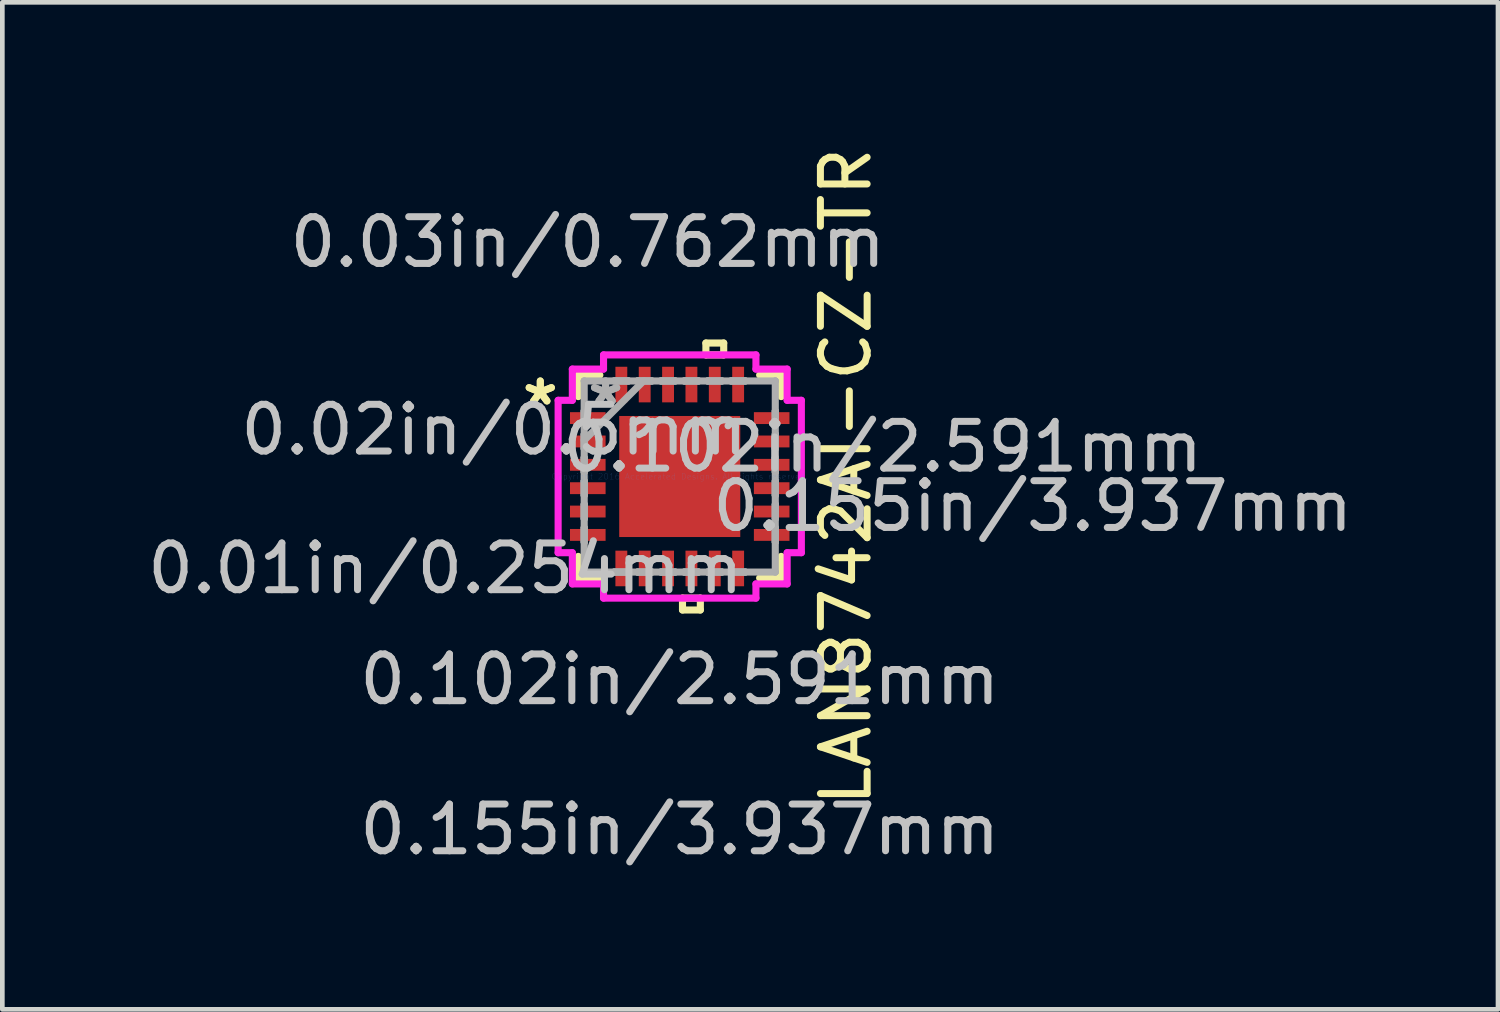
<source format=kicad_pcb>
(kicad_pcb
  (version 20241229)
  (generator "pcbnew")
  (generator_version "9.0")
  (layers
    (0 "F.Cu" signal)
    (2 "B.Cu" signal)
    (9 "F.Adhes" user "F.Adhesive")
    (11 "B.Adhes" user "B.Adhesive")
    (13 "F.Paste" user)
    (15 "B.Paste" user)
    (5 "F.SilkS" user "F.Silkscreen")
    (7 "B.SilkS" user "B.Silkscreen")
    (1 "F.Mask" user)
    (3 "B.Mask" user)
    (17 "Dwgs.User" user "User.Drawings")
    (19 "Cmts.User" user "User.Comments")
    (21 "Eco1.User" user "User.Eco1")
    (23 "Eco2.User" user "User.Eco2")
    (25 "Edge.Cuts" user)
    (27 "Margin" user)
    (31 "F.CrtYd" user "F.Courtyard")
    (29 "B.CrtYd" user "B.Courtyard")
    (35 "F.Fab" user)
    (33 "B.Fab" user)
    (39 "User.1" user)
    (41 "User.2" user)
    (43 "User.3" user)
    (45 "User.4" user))
  (footprint "LAN8742AI-CZ-TR"
    (layer "F.Cu")
    (at 11.499 7.149)
    (property "Reference" "LAN8742AI-CZ-TR" (at 3.556 0 90) (layer "F.SilkS") (effects (font (size 1 1) (thickness 0.15))))
    (attr through_hole)
    (fp_line (start -2.172 -2.172) (end -2.172 -1.71) (stroke (width 0.152) (type solid)) (layer "F.SilkS"))
    (fp_line (start -2.172 1.71) (end -2.172 2.172) (stroke (width 0.152) (type solid)) (layer "F.SilkS"))
    (fp_line (start -2.172 2.172) (end -1.71 2.172) (stroke (width 0.152) (type solid)) (layer "F.SilkS"))
    (fp_line (start -1.71 -2.172) (end -2.172 -2.172) (stroke (width 0.152) (type solid)) (layer "F.SilkS"))
    (fp_line (start 0.059 2.603) (end 0.059 2.857) (stroke (width 0.152) (type solid)) (layer "F.SilkS"))
    (fp_line (start 0.059 2.857) (end 0.441 2.857) (stroke (width 0.152) (type solid)) (layer "F.SilkS"))
    (fp_line (start 0.441 2.603) (end 0.059 2.603) (stroke (width 0.152) (type solid)) (layer "F.SilkS"))
    (fp_line (start 0.441 2.857) (end 0.441 2.603) (stroke (width 0.152) (type solid)) (layer "F.SilkS"))
    (fp_line (start 0.56 -2.857) (end 0.941 -2.857) (stroke (width 0.152) (type solid)) (layer "F.SilkS"))
    (fp_line (start 0.56 -2.603) (end 0.56 -2.857) (stroke (width 0.152) (type solid)) (layer "F.SilkS"))
    (fp_line (start 0.941 -2.857) (end 0.941 -2.603) (stroke (width 0.152) (type solid)) (layer "F.SilkS"))
    (fp_line (start 0.941 -2.603) (end 0.56 -2.603) (stroke (width 0.152) (type solid)) (layer "F.SilkS"))
    (fp_line (start 1.71 2.172) (end 2.172 2.172) (stroke (width 0.152) (type solid)) (layer "F.SilkS"))
    (fp_line (start 2.172 -2.172) (end 1.71 -2.172) (stroke (width 0.152) (type solid)) (layer "F.SilkS"))
    (fp_line (start 2.172 -1.71) (end 2.172 -2.172) (stroke (width 0.152) (type solid)) (layer "F.SilkS"))
    (fp_line (start 2.172 2.172) (end 2.172 1.71) (stroke (width 0.152) (type solid)) (layer "F.SilkS"))
    (fp_line (start -1.195 -1.195) (end -1.195 -0.1) (stroke (width 0.152) (type solid)) (layer "F.Paste"))
    (fp_line (start -1.195 -0.1) (end -0.1 -0.1) (stroke (width 0.152) (type solid)) (layer "F.Paste"))
    (fp_line (start -1.195 0.1) (end -1.195 1.195) (stroke (width 0.152) (type solid)) (layer "F.Paste"))
    (fp_line (start -1.195 1.195) (end -0.1 1.195) (stroke (width 0.152) (type solid)) (layer "F.Paste"))
    (fp_line (start -0.1 -1.195) (end -1.195 -1.195) (stroke (width 0.152) (type solid)) (layer "F.Paste"))
    (fp_line (start -0.1 -0.1) (end -0.1 -1.195) (stroke (width 0.152) (type solid)) (layer "F.Paste"))
    (fp_line (start -0.1 0.1) (end -1.195 0.1) (stroke (width 0.152) (type solid)) (layer "F.Paste"))
    (fp_line (start -0.1 1.195) (end -0.1 0.1) (stroke (width 0.152) (type solid)) (layer "F.Paste"))
    (fp_line (start 0.1 -1.195) (end 0.1 -0.1) (stroke (width 0.152) (type solid)) (layer "F.Paste"))
    (fp_line (start 0.1 -0.1) (end 1.195 -0.1) (stroke (width 0.152) (type solid)) (layer "F.Paste"))
    (fp_line (start 0.1 0.1) (end 0.1 1.195) (stroke (width 0.152) (type solid)) (layer "F.Paste"))
    (fp_line (start 0.1 1.195) (end 1.195 1.195) (stroke (width 0.152) (type solid)) (layer "F.Paste"))
    (fp_line (start 1.195 -1.195) (end 0.1 -1.195) (stroke (width 0.152) (type solid)) (layer "F.Paste"))
    (fp_line (start 1.195 -0.1) (end 1.195 -1.195) (stroke (width 0.152) (type solid)) (layer "F.Paste"))
    (fp_line (start 1.195 0.1) (end 0.1 0.1) (stroke (width 0.152) (type solid)) (layer "F.Paste"))
    (fp_line (start 1.195 1.195) (end 1.195 0.1) (stroke (width 0.152) (type solid)) (layer "F.Paste"))
    (fp_line (start -2.603 -1.631) (end -2.299 -1.631) (stroke (width 0.152) (type solid)) (layer "F.CrtYd"))
    (fp_line (start -2.603 1.631) (end -2.603 -1.631) (stroke (width 0.152) (type solid)) (layer "F.CrtYd"))
    (fp_line (start -2.299 -2.299) (end -1.631 -2.299) (stroke (width 0.152) (type solid)) (layer "F.CrtYd"))
    (fp_line (start -2.299 -1.631) (end -2.299 -2.299) (stroke (width 0.152) (type solid)) (layer "F.CrtYd"))
    (fp_line (start -2.299 1.631) (end -2.603 1.631) (stroke (width 0.152) (type solid)) (layer "F.CrtYd"))
    (fp_line (start -2.299 2.299) (end -2.299 1.631) (stroke (width 0.152) (type solid)) (layer "F.CrtYd"))
    (fp_line (start -1.631 -2.603) (end 1.631 -2.603) (stroke (width 0.152) (type solid)) (layer "F.CrtYd"))
    (fp_line (start -1.631 -2.299) (end -1.631 -2.603) (stroke (width 0.152) (type solid)) (layer "F.CrtYd"))
    (fp_line (start -1.631 2.299) (end -2.299 2.299) (stroke (width 0.152) (type solid)) (layer "F.CrtYd"))
    (fp_line (start -1.631 2.603) (end -1.631 2.299) (stroke (width 0.152) (type solid)) (layer "F.CrtYd"))
    (fp_line (start 1.631 -2.603) (end 1.631 -2.299) (stroke (width 0.152) (type solid)) (layer "F.CrtYd"))
    (fp_line (start 1.631 -2.299) (end 2.299 -2.299) (stroke (width 0.152) (type solid)) (layer "F.CrtYd"))
    (fp_line (start 1.631 2.299) (end 1.631 2.603) (stroke (width 0.152) (type solid)) (layer "F.CrtYd"))
    (fp_line (start 1.631 2.603) (end -1.631 2.603) (stroke (width 0.152) (type solid)) (layer "F.CrtYd"))
    (fp_line (start 2.299 -2.299) (end 2.299 -1.631) (stroke (width 0.152) (type solid)) (layer "F.CrtYd"))
    (fp_line (start 2.299 -1.631) (end 2.603 -1.631) (stroke (width 0.152) (type solid)) (layer "F.CrtYd"))
    (fp_line (start 2.299 1.631) (end 2.299 2.299) (stroke (width 0.152) (type solid)) (layer "F.CrtYd"))
    (fp_line (start 2.299 2.299) (end 1.631 2.299) (stroke (width 0.152) (type solid)) (layer "F.CrtYd"))
    (fp_line (start 2.603 -1.631) (end 2.603 1.631) (stroke (width 0.152) (type solid)) (layer "F.CrtYd"))
    (fp_line (start 2.603 1.631) (end 2.299 1.631) (stroke (width 0.152) (type solid)) (layer "F.CrtYd"))
    (fp_line (start -2.045 -2.045) (end -2.045 -2.045) (stroke (width 0.152) (type solid)) (layer "F.Fab"))
    (fp_line (start -2.045 -2.045) (end -2.045 2.045) (stroke (width 0.152) (type solid)) (layer "F.Fab"))
    (fp_line (start -2.045 -1.402) (end -2.045 -1.402) (stroke (width 0.152) (type solid)) (layer "F.Fab"))
    (fp_line (start -2.045 -1.402) (end -2.045 -1.098) (stroke (width 0.152) (type solid)) (layer "F.Fab"))
    (fp_line (start -2.045 -1.098) (end -2.045 -1.402) (stroke (width 0.152) (type solid)) (layer "F.Fab"))
    (fp_line (start -2.045 -1.098) (end -2.045 -1.098) (stroke (width 0.152) (type solid)) (layer "F.Fab"))
    (fp_line (start -2.045 -0.902) (end -2.045 -0.902) (stroke (width 0.152) (type solid)) (layer "F.Fab"))
    (fp_line (start -2.045 -0.902) (end -2.045 -0.598) (stroke (width 0.152) (type solid)) (layer "F.Fab"))
    (fp_line (start -2.045 -0.775) (end -0.775 -2.045) (stroke (width 0.152) (type solid)) (layer "F.Fab"))
    (fp_line (start -2.045 -0.598) (end -2.045 -0.902) (stroke (width 0.152) (type solid)) (layer "F.Fab"))
    (fp_line (start -2.045 -0.598) (end -2.045 -0.598) (stroke (width 0.152) (type solid)) (layer "F.Fab"))
    (fp_line (start -2.045 -0.402) (end -2.045 -0.402) (stroke (width 0.152) (type solid)) (layer "F.Fab"))
    (fp_line (start -2.045 -0.402) (end -2.045 -0.098) (stroke (width 0.152) (type solid)) (layer "F.Fab"))
    (fp_line (start -2.045 -0.098) (end -2.045 -0.402) (stroke (width 0.152) (type solid)) (layer "F.Fab"))
    (fp_line (start -2.045 -0.098) (end -2.045 -0.098) (stroke (width 0.152) (type solid)) (layer "F.Fab"))
    (fp_line (start -2.045 0.098) (end -2.045 0.098) (stroke (width 0.152) (type solid)) (layer "F.Fab"))
    (fp_line (start -2.045 0.098) (end -2.045 0.402) (stroke (width 0.152) (type solid)) (layer "F.Fab"))
    (fp_line (start -2.045 0.402) (end -2.045 0.098) (stroke (width 0.152) (type solid)) (layer "F.Fab"))
    (fp_line (start -2.045 0.402) (end -2.045 0.402) (stroke (width 0.152) (type solid)) (layer "F.Fab"))
    (fp_line (start -2.045 0.598) (end -2.045 0.598) (stroke (width 0.152) (type solid)) (layer "F.Fab"))
    (fp_line (start -2.045 0.598) (end -2.045 0.902) (stroke (width 0.152) (type solid)) (layer "F.Fab"))
    (fp_line (start -2.045 0.902) (end -2.045 0.598) (stroke (width 0.152) (type solid)) (layer "F.Fab"))
    (fp_line (start -2.045 0.902) (end -2.045 0.902) (stroke (width 0.152) (type solid)) (layer "F.Fab"))
    (fp_line (start -2.045 1.098) (end -2.045 1.098) (stroke (width 0.152) (type solid)) (layer "F.Fab"))
    (fp_line (start -2.045 1.098) (end -2.045 1.402) (stroke (width 0.152) (type solid)) (layer "F.Fab"))
    (fp_line (start -2.045 1.402) (end -2.045 1.098) (stroke (width 0.152) (type solid)) (layer "F.Fab"))
    (fp_line (start -2.045 1.402) (end -2.045 1.402) (stroke (width 0.152) (type solid)) (layer "F.Fab"))
    (fp_line (start -2.045 2.045) (end -2.045 2.045) (stroke (width 0.152) (type solid)) (layer "F.Fab"))
    (fp_line (start -2.045 2.045) (end 2.045 2.045) (stroke (width 0.152) (type solid)) (layer "F.Fab"))
    (fp_line (start -1.402 -2.045) (end -1.402 -2.045) (stroke (width 0.152) (type solid)) (layer "F.Fab"))
    (fp_line (start -1.402 -2.045) (end -1.098 -2.045) (stroke (width 0.152) (type solid)) (layer "F.Fab"))
    (fp_line (start -1.402 2.045) (end -1.402 2.045) (stroke (width 0.152) (type solid)) (layer "F.Fab"))
    (fp_line (start -1.402 2.045) (end -1.098 2.045) (stroke (width 0.152) (type solid)) (layer "F.Fab"))
    (fp_line (start -1.098 -2.045) (end -1.402 -2.045) (stroke (width 0.152) (type solid)) (layer "F.Fab"))
    (fp_line (start -1.098 -2.045) (end -1.098 -2.045) (stroke (width 0.152) (type solid)) (layer "F.Fab"))
    (fp_line (start -1.098 2.045) (end -1.402 2.045) (stroke (width 0.152) (type solid)) (layer "F.Fab"))
    (fp_line (start -1.098 2.045) (end -1.098 2.045) (stroke (width 0.152) (type solid)) (layer "F.Fab"))
    (fp_line (start -0.902 -2.045) (end -0.902 -2.045) (stroke (width 0.152) (type solid)) (layer "F.Fab"))
    (fp_line (start -0.902 -2.045) (end -0.598 -2.045) (stroke (width 0.152) (type solid)) (layer "F.Fab"))
    (fp_line (start -0.902 2.045) (end -0.902 2.045) (stroke (width 0.152) (type solid)) (layer "F.Fab"))
    (fp_line (start -0.902 2.045) (end -0.598 2.045) (stroke (width 0.152) (type solid)) (layer "F.Fab"))
    (fp_line (start -0.598 -2.045) (end -0.902 -2.045) (stroke (width 0.152) (type solid)) (layer "F.Fab"))
    (fp_line (start -0.598 -2.045) (end -0.598 -2.045) (stroke (width 0.152) (type solid)) (layer "F.Fab"))
    (fp_line (start -0.598 2.045) (end -0.902 2.045) (stroke (width 0.152) (type solid)) (layer "F.Fab"))
    (fp_line (start -0.598 2.045) (end -0.598 2.045) (stroke (width 0.152) (type solid)) (layer "F.Fab"))
    (fp_line (start -0.402 -2.045) (end -0.402 -2.045) (stroke (width 0.152) (type solid)) (layer "F.Fab"))
    (fp_line (start -0.402 -2.045) (end -0.098 -2.045) (stroke (width 0.152) (type solid)) (layer "F.Fab"))
    (fp_line (start -0.402 2.045) (end -0.402 2.045) (stroke (width 0.152) (type solid)) (layer "F.Fab"))
    (fp_line (start -0.402 2.045) (end -0.098 2.045) (stroke (width 0.152) (type solid)) (layer "F.Fab"))
    (fp_line (start -0.098 -2.045) (end -0.402 -2.045) (stroke (width 0.152) (type solid)) (layer "F.Fab"))
    (fp_line (start -0.098 -2.045) (end -0.098 -2.045) (stroke (width 0.152) (type solid)) (layer "F.Fab"))
    (fp_line (start -0.098 2.045) (end -0.402 2.045) (stroke (width 0.152) (type solid)) (layer "F.Fab"))
    (fp_line (start -0.098 2.045) (end -0.098 2.045) (stroke (width 0.152) (type solid)) (layer "F.Fab"))
    (fp_line (start 0.098 -2.045) (end 0.098 -2.045) (stroke (width 0.152) (type solid)) (layer "F.Fab"))
    (fp_line (start 0.098 -2.045) (end 0.402 -2.045) (stroke (width 0.152) (type solid)) (layer "F.Fab"))
    (fp_line (start 0.098 2.045) (end 0.098 2.045) (stroke (width 0.152) (type solid)) (layer "F.Fab"))
    (fp_line (start 0.098 2.045) (end 0.402 2.045) (stroke (width 0.152) (type solid)) (layer "F.Fab"))
    (fp_line (start 0.402 -2.045) (end 0.098 -2.045) (stroke (width 0.152) (type solid)) (layer "F.Fab"))
    (fp_line (start 0.402 -2.045) (end 0.402 -2.045) (stroke (width 0.152) (type solid)) (layer "F.Fab"))
    (fp_line (start 0.402 2.045) (end 0.098 2.045) (stroke (width 0.152) (type solid)) (layer "F.Fab"))
    (fp_line (start 0.402 2.045) (end 0.402 2.045) (stroke (width 0.152) (type solid)) (layer "F.Fab"))
    (fp_line (start 0.598 -2.045) (end 0.598 -2.045) (stroke (width 0.152) (type solid)) (layer "F.Fab"))
    (fp_line (start 0.598 -2.045) (end 0.902 -2.045) (stroke (width 0.152) (type solid)) (layer "F.Fab"))
    (fp_line (start 0.598 2.045) (end 0.598 2.045) (stroke (width 0.152) (type solid)) (layer "F.Fab"))
    (fp_line (start 0.598 2.045) (end 0.902 2.045) (stroke (width 0.152) (type solid)) (layer "F.Fab"))
    (fp_line (start 0.902 -2.045) (end 0.598 -2.045) (stroke (width 0.152) (type solid)) (layer "F.Fab"))
    (fp_line (start 0.902 -2.045) (end 0.902 -2.045) (stroke (width 0.152) (type solid)) (layer "F.Fab"))
    (fp_line (start 0.902 2.045) (end 0.598 2.045) (stroke (width 0.152) (type solid)) (layer "F.Fab"))
    (fp_line (start 0.902 2.045) (end 0.902 2.045) (stroke (width 0.152) (type solid)) (layer "F.Fab"))
    (fp_line (start 1.098 -2.045) (end 1.098 -2.045) (stroke (width 0.152) (type solid)) (layer "F.Fab"))
    (fp_line (start 1.098 -2.045) (end 1.402 -2.045) (stroke (width 0.152) (type solid)) (layer "F.Fab"))
    (fp_line (start 1.098 2.045) (end 1.098 2.045) (stroke (width 0.152) (type solid)) (layer "F.Fab"))
    (fp_line (start 1.098 2.045) (end 1.402 2.045) (stroke (width 0.152) (type solid)) (layer "F.Fab"))
    (fp_line (start 1.402 -2.045) (end 1.098 -2.045) (stroke (width 0.152) (type solid)) (layer "F.Fab"))
    (fp_line (start 1.402 -2.045) (end 1.402 -2.045) (stroke (width 0.152) (type solid)) (layer "F.Fab"))
    (fp_line (start 1.402 2.045) (end 1.098 2.045) (stroke (width 0.152) (type solid)) (layer "F.Fab"))
    (fp_line (start 1.402 2.045) (end 1.402 2.045) (stroke (width 0.152) (type solid)) (layer "F.Fab"))
    (fp_line (start 2.045 -2.045) (end -2.045 -2.045) (stroke (width 0.152) (type solid)) (layer "F.Fab"))
    (fp_line (start 2.045 -2.045) (end 2.045 -2.045) (stroke (width 0.152) (type solid)) (layer "F.Fab"))
    (fp_line (start 2.045 -1.402) (end 2.045 -1.402) (stroke (width 0.152) (type solid)) (layer "F.Fab"))
    (fp_line (start 2.045 -1.402) (end 2.045 -1.098) (stroke (width 0.152) (type solid)) (layer "F.Fab"))
    (fp_line (start 2.045 -1.098) (end 2.045 -1.402) (stroke (width 0.152) (type solid)) (layer "F.Fab"))
    (fp_line (start 2.045 -1.098) (end 2.045 -1.098) (stroke (width 0.152) (type solid)) (layer "F.Fab"))
    (fp_line (start 2.045 -0.902) (end 2.045 -0.902) (stroke (width 0.152) (type solid)) (layer "F.Fab"))
    (fp_line (start 2.045 -0.902) (end 2.045 -0.598) (stroke (width 0.152) (type solid)) (layer "F.Fab"))
    (fp_line (start 2.045 -0.598) (end 2.045 -0.902) (stroke (width 0.152) (type solid)) (layer "F.Fab"))
    (fp_line (start 2.045 -0.598) (end 2.045 -0.598) (stroke (width 0.152) (type solid)) (layer "F.Fab"))
    (fp_line (start 2.045 -0.402) (end 2.045 -0.402) (stroke (width 0.152) (type solid)) (layer "F.Fab"))
    (fp_line (start 2.045 -0.402) (end 2.045 -0.098) (stroke (width 0.152) (type solid)) (layer "F.Fab"))
    (fp_line (start 2.045 -0.098) (end 2.045 -0.402) (stroke (width 0.152) (type solid)) (layer "F.Fab"))
    (fp_line (start 2.045 -0.098) (end 2.045 -0.098) (stroke (width 0.152) (type solid)) (layer "F.Fab"))
    (fp_line (start 2.045 0.098) (end 2.045 0.098) (stroke (width 0.152) (type solid)) (layer "F.Fab"))
    (fp_line (start 2.045 0.098) (end 2.045 0.402) (stroke (width 0.152) (type solid)) (layer "F.Fab"))
    (fp_line (start 2.045 0.402) (end 2.045 0.098) (stroke (width 0.152) (type solid)) (layer "F.Fab"))
    (fp_line (start 2.045 0.402) (end 2.045 0.402) (stroke (width 0.152) (type solid)) (layer "F.Fab"))
    (fp_line (start 2.045 0.598) (end 2.045 0.598) (stroke (width 0.152) (type solid)) (layer "F.Fab"))
    (fp_line (start 2.045 0.598) (end 2.045 0.902) (stroke (width 0.152) (type solid)) (layer "F.Fab"))
    (fp_line (start 2.045 0.902) (end 2.045 0.598) (stroke (width 0.152) (type solid)) (layer "F.Fab"))
    (fp_line (start 2.045 0.902) (end 2.045 0.902) (stroke (width 0.152) (type solid)) (layer "F.Fab"))
    (fp_line (start 2.045 1.098) (end 2.045 1.098) (stroke (width 0.152) (type solid)) (layer "F.Fab"))
    (fp_line (start 2.045 1.098) (end 2.045 1.402) (stroke (width 0.152) (type solid)) (layer "F.Fab"))
    (fp_line (start 2.045 1.402) (end 2.045 1.098) (stroke (width 0.152) (type solid)) (layer "F.Fab"))
    (fp_line (start 2.045 1.402) (end 2.045 1.402) (stroke (width 0.152) (type solid)) (layer "F.Fab"))
    (fp_line (start 2.045 2.045) (end 2.045 -2.045) (stroke (width 0.152) (type solid)) (layer "F.Fab"))
    (fp_line (start 2.045 2.045) (end 2.045 2.045) (stroke (width 0.152) (type solid)) (layer "F.Fab"))
    (fp_text user "*" (at -2.985 -1.5 0) (layer "F.SilkS") (effects (font (size 1 1) (thickness 0.15))))
    (fp_text user "*" (at -2.985 -1.5 0) (layer "F.SilkS") (effects (font (size 1 1) (thickness 0.15))))
    (fp_text user "0.155in/3.937mm" (at 7.556 0.635 0) (layer "Dwgs.User") (effects (font (size 1 1) (thickness 0.15))))
    (fp_text user "0.01in/0.254mm" (at -5.016 1.968 0) (layer "Dwgs.User") (effects (font (size 1 1) (thickness 0.15))))
    (fp_text user "0.155in/3.937mm" (at 0 7.556 0) (layer "Dwgs.User") (effects (font (size 1 1) (thickness 0.15))))
    (fp_text user "0.03in/0.762mm" (at -1.968 -5.016 0) (layer "Dwgs.User") (effects (font (size 1 1) (thickness 0.15))))
    (fp_text user "0.102in/2.591mm" (at 0 4.343 0) (layer "Dwgs.User") (effects (font (size 1 1) (thickness 0.15))))
    (fp_text user "0.02in/0.5mm" (at -3.975 -1 0) (layer "Dwgs.User") (effects (font (size 1 1) (thickness 0.15))))
    (fp_text user "0.102in/2.591mm" (at 4.343 -0.635 0) (layer "Dwgs.User") (effects (font (size 1 1) (thickness 0.15))))
    (fp_text user "Copyright 2016 Accelerated Designs. All rights reserved." (at 0 0 0) (layer "Cmts.User") (effects (font (size 0.127 0.127) (thickness 0.002))))
    (fp_text user "*" (at -1.587 -1.5 0) (layer "F.Fab") (effects (font (size 1 1) (thickness 0.15))))
    (fp_text user "*" (at -1.587 -1.5 0) (layer "F.Fab") (effects (font (size 1 1) (thickness 0.15))))
    (pad "1" smd rect (at -1.968 -1.25 90) (size 0.254 0.762) (layers "F.Cu" "F.Mask" "F.Paste"))
    (pad "2" smd rect (at -1.968 -0.75 90) (size 0.254 0.762) (layers "F.Cu" "F.Mask" "F.Paste"))
    (pad "3" smd rect (at -1.968 -0.25 90) (size 0.254 0.762) (layers "F.Cu" "F.Mask" "F.Paste"))
    (pad "4" smd rect (at -1.968 0.25 90) (size 0.254 0.762) (layers "F.Cu" "F.Mask" "F.Paste"))
    (pad "5" smd rect (at -1.968 0.75 90) (size 0.254 0.762) (layers "F.Cu" "F.Mask" "F.Paste"))
    (pad "6" smd rect (at -1.968 1.25 90) (size 0.254 0.762) (layers "F.Cu" "F.Mask" "F.Paste"))
    (pad "7" smd rect (at -1.25 1.968) (size 0.254 0.762) (layers "F.Cu" "F.Mask" "F.Paste"))
    (pad "8" smd rect (at -0.75 1.968) (size 0.254 0.762) (layers "F.Cu" "F.Mask" "F.Paste"))
    (pad "9" smd rect (at -0.25 1.968) (size 0.254 0.762) (layers "F.Cu" "F.Mask" "F.Paste"))
    (pad "10" smd rect (at 0.25 1.968) (size 0.254 0.762) (layers "F.Cu" "F.Mask" "F.Paste"))
    (pad "11" smd rect (at 0.75 1.968) (size 0.254 0.762) (layers "F.Cu" "F.Mask" "F.Paste"))
    (pad "12" smd rect (at 1.25 1.968) (size 0.254 0.762) (layers "F.Cu" "F.Mask" "F.Paste"))
    (pad "13" smd rect (at 1.968 1.25 90) (size 0.254 0.762) (layers "F.Cu" "F.Mask" "F.Paste"))
    (pad "14" smd rect (at 1.968 0.75 90) (size 0.254 0.762) (layers "F.Cu" "F.Mask" "F.Paste"))
    (pad "15" smd rect (at 1.968 0.25 90) (size 0.254 0.762) (layers "F.Cu" "F.Mask" "F.Paste"))
    (pad "16" smd rect (at 1.968 -0.25 90) (size 0.254 0.762) (layers "F.Cu" "F.Mask" "F.Paste"))
    (pad "17" smd rect (at 1.968 -0.75 90) (size 0.254 0.762) (layers "F.Cu" "F.Mask" "F.Paste"))
    (pad "18" smd rect (at 1.968 -1.25 90) (size 0.254 0.762) (layers "F.Cu" "F.Mask" "F.Paste"))
    (pad "19" smd rect (at 1.25 -1.968) (size 0.254 0.762) (layers "F.Cu" "F.Mask" "F.Paste"))
    (pad "20" smd rect (at 0.75 -1.968) (size 0.254 0.762) (layers "F.Cu" "F.Mask" "F.Paste"))
    (pad "21" smd rect (at 0.25 -1.968) (size 0.254 0.762) (layers "F.Cu" "F.Mask" "F.Paste"))
    (pad "22" smd rect (at -0.25 -1.968) (size 0.254 0.762) (layers "F.Cu" "F.Mask" "F.Paste"))
    (pad "23" smd rect (at -0.75 -1.968) (size 0.254 0.762) (layers "F.Cu" "F.Mask" "F.Paste"))
    (pad "24" smd rect (at -1.25 -1.968) (size 0.254 0.762) (layers "F.Cu" "F.Mask" "F.Paste"))
    (pad "25" smd rect (at 0 0) (size 2.591 2.591) (layers "F.Cu" "F.Mask" "F.Paste")))
  (gr_rect
    (start -3 -3)
    (end 29.013 18.554)
    (stroke (width 0.1) (type default))
    (fill no)
    (layer "Edge.Cuts")))
</source>
